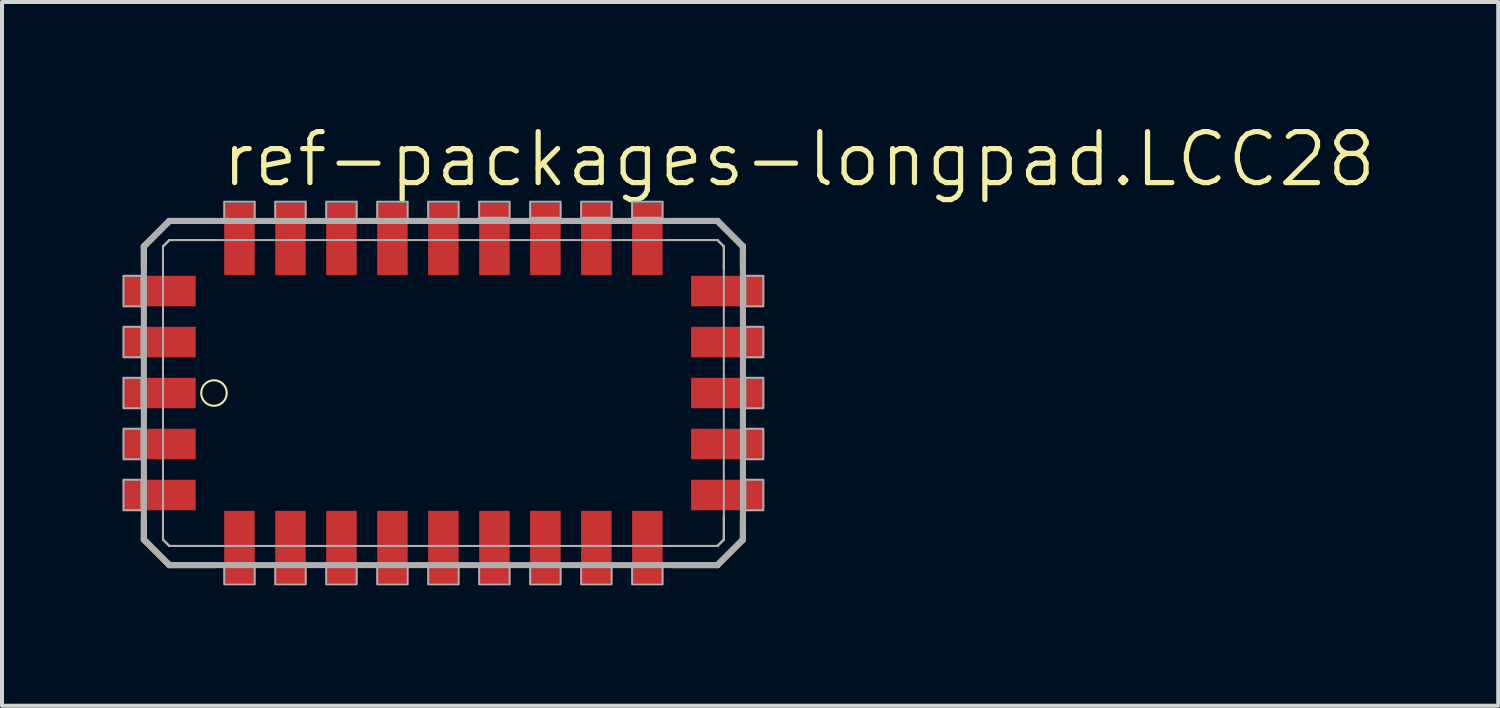
<source format=kicad_pcb>
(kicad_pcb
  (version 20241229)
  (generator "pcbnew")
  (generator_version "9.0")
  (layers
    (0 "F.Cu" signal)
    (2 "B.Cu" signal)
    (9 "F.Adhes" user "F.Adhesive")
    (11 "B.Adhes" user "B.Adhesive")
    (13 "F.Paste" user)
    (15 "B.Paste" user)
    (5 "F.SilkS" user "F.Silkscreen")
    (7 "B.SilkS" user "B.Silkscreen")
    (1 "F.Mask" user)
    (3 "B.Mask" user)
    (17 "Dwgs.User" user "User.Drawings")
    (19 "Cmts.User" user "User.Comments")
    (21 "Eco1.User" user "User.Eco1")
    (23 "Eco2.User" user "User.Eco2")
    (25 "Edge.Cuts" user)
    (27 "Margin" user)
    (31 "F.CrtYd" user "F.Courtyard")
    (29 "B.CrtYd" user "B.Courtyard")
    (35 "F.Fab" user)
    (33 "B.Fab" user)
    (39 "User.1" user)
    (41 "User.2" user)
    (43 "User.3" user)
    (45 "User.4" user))
  (footprint "ref-packages-longpad.LCC28"
    (layer "F.Cu")
    (at 7.995 7.375)
    (property "Reference" "ref-packages-longpad.LCC28" (at -5.588 -5.715 0) (layer "F.SilkS") (effects (font (size 1.27 1.27) (thickness 0.13)) (justify left bottom)))
    (attr smd)
    (fp_line (start -7.461 -4.286) (end -7.461 -3.776) (stroke (width 0.152) (type default)) (layer "F.SilkS"))
    (fp_line (start -7.461 2.506) (end -7.461 3.016) (stroke (width 0.152) (type default)) (layer "F.SilkS"))
    (fp_line (start -7.461 3.016) (end -6.826 3.651) (stroke (width 0.152) (type default)) (layer "F.SilkS"))
    (fp_line (start -6.985 -4.286) (end -6.826 -4.445) (stroke (width 0.051) (type default)) (layer "F.SilkS"))
    (fp_line (start -6.985 -3.722) (end -6.985 -4.286) (stroke (width 0.051) (type default)) (layer "F.SilkS"))
    (fp_line (start -6.985 3.016) (end -6.985 2.452) (stroke (width 0.051) (type default)) (layer "F.SilkS"))
    (fp_line (start -6.826 -4.921) (end -7.461 -4.286) (stroke (width 0.152) (type default)) (layer "F.SilkS"))
    (fp_line (start -6.826 -4.445) (end -5.627 -4.445) (stroke (width 0.051) (type default)) (layer "F.SilkS"))
    (fp_line (start -6.826 3.175) (end -6.985 3.016) (stroke (width 0.051) (type default)) (layer "F.SilkS"))
    (fp_line (start -6.826 3.651) (end -5.681 3.651) (stroke (width 0.152) (type default)) (layer "F.SilkS"))
    (fp_line (start -5.681 -4.921) (end -6.826 -4.921) (stroke (width 0.152) (type default)) (layer "F.SilkS"))
    (fp_line (start -5.631 3.175) (end -6.826 3.175) (stroke (width 0.051) (type default)) (layer "F.SilkS"))
    (fp_line (start 5.627 -4.445) (end 6.826 -4.445) (stroke (width 0.051) (type default)) (layer "F.SilkS"))
    (fp_line (start 5.681 3.651) (end 6.826 3.651) (stroke (width 0.152) (type default)) (layer "F.SilkS"))
    (fp_line (start 6.826 -4.921) (end 5.681 -4.921) (stroke (width 0.152) (type default)) (layer "F.SilkS"))
    (fp_line (start 6.826 -4.445) (end 6.985 -4.286) (stroke (width 0.051) (type default)) (layer "F.SilkS"))
    (fp_line (start 6.826 3.175) (end 5.627 3.175) (stroke (width 0.051) (type default)) (layer "F.SilkS"))
    (fp_line (start 6.826 3.651) (end 7.461 3.016) (stroke (width 0.152) (type default)) (layer "F.SilkS"))
    (fp_line (start 6.985 -4.286) (end 6.985 -3.722) (stroke (width 0.051) (type default)) (layer "F.SilkS"))
    (fp_line (start 6.985 2.452) (end 6.985 3.016) (stroke (width 0.051) (type default)) (layer "F.SilkS"))
    (fp_line (start 6.985 3.016) (end 6.826 3.175) (stroke (width 0.051) (type default)) (layer "F.SilkS"))
    (fp_line (start 7.461 -4.286) (end 6.826 -4.921) (stroke (width 0.152) (type default)) (layer "F.SilkS"))
    (fp_line (start 7.461 -3.776) (end 7.461 -4.286) (stroke (width 0.152) (type default)) (layer "F.SilkS"))
    (fp_line (start 7.461 3.016) (end 7.461 2.506) (stroke (width 0.152) (type default)) (layer "F.SilkS"))
    (fp_circle (center -5.715 -0.635) (end -5.397 -0.635) (stroke (width 0.051) (type default)) (fill no) (layer "F.SilkS"))
    (fp_line (start -7.461 -4.286) (end -7.461 3.016) (stroke (width 0.152) (type default)) (layer "F.Fab"))
    (fp_line (start -7.461 3.016) (end -6.826 3.651) (stroke (width 0.152) (type default)) (layer "F.Fab"))
    (fp_line (start -6.985 -4.286) (end -6.826 -4.445) (stroke (width 0.051) (type default)) (layer "F.Fab"))
    (fp_line (start -6.985 3.016) (end -6.985 -4.286) (stroke (width 0.051) (type default)) (layer "F.Fab"))
    (fp_line (start -6.826 -4.921) (end -7.461 -4.286) (stroke (width 0.152) (type default)) (layer "F.Fab"))
    (fp_line (start -6.826 -4.445) (end 6.826 -4.445) (stroke (width 0.051) (type default)) (layer "F.Fab"))
    (fp_line (start -6.826 3.175) (end -6.985 3.016) (stroke (width 0.051) (type default)) (layer "F.Fab"))
    (fp_line (start -6.826 3.651) (end 6.826 3.651) (stroke (width 0.152) (type default)) (layer "F.Fab"))
    (fp_line (start 0.95 -4.95) (end 1.59 -4.95) (stroke (width 0.152) (type default)) (layer "F.Fab"))
    (fp_line (start 2.22 -4.95) (end 2.86 -4.95) (stroke (width 0.152) (type default)) (layer "F.Fab"))
    (fp_line (start 3.49 -4.95) (end 4.13 -4.95) (stroke (width 0.152) (type default)) (layer "F.Fab"))
    (fp_line (start 4.76 -4.95) (end 5.4 -4.95) (stroke (width 0.152) (type default)) (layer "F.Fab"))
    (fp_line (start 6.826 -4.921) (end -6.826 -4.921) (stroke (width 0.152) (type default)) (layer "F.Fab"))
    (fp_line (start 6.826 -4.445) (end 6.985 -4.286) (stroke (width 0.051) (type default)) (layer "F.Fab"))
    (fp_line (start 6.826 3.175) (end -6.826 3.175) (stroke (width 0.051) (type default)) (layer "F.Fab"))
    (fp_line (start 6.826 3.651) (end 7.461 3.016) (stroke (width 0.152) (type default)) (layer "F.Fab"))
    (fp_line (start 6.985 -4.286) (end 6.985 3.016) (stroke (width 0.051) (type default)) (layer "F.Fab"))
    (fp_line (start 6.985 3.016) (end 6.826 3.175) (stroke (width 0.051) (type default)) (layer "F.Fab"))
    (fp_line (start 7.461 -4.286) (end 6.826 -4.921) (stroke (width 0.152) (type default)) (layer "F.Fab"))
    (fp_line (start 7.461 3.016) (end 7.461 -4.286) (stroke (width 0.152) (type default)) (layer "F.Fab"))
    (fp_rect (start -7.97 -2.795) (end -7.52 -3.555) (stroke (width 0.05) (type default)) (fill no) (layer "F.Fab"))
    (fp_rect (start -7.97 -1.525) (end -7.52 -2.285) (stroke (width 0.05) (type default)) (fill no) (layer "F.Fab"))
    (fp_rect (start -7.97 -0.255) (end -7.52 -1.015) (stroke (width 0.05) (type default)) (fill no) (layer "F.Fab"))
    (fp_rect (start -7.97 1.015) (end -7.52 0.255) (stroke (width 0.05) (type default)) (fill no) (layer "F.Fab"))
    (fp_rect (start -7.97 2.285) (end -7.52 1.525) (stroke (width 0.05) (type default)) (fill no) (layer "F.Fab"))
    (fp_rect (start -5.46 -4.95) (end -4.7 -5.4) (stroke (width 0.05) (type default)) (fill no) (layer "F.Fab"))
    (fp_rect (start -5.46 4.13) (end -4.7 3.68) (stroke (width 0.05) (type default)) (fill no) (layer "F.Fab"))
    (fp_rect (start -4.19 -4.95) (end -3.43 -5.4) (stroke (width 0.05) (type default)) (fill no) (layer "F.Fab"))
    (fp_rect (start -4.19 4.13) (end -3.43 3.68) (stroke (width 0.05) (type default)) (fill no) (layer "F.Fab"))
    (fp_rect (start -2.92 -4.95) (end -2.16 -5.4) (stroke (width 0.05) (type default)) (fill no) (layer "F.Fab"))
    (fp_rect (start -2.92 4.13) (end -2.16 3.68) (stroke (width 0.05) (type default)) (fill no) (layer "F.Fab"))
    (fp_rect (start -1.65 -4.95) (end -0.89 -5.4) (stroke (width 0.05) (type default)) (fill no) (layer "F.Fab"))
    (fp_rect (start -1.65 4.13) (end -0.89 3.68) (stroke (width 0.05) (type default)) (fill no) (layer "F.Fab"))
    (fp_rect (start -0.38 -4.95) (end 0.38 -5.4) (stroke (width 0.05) (type default)) (fill no) (layer "F.Fab"))
    (fp_rect (start -0.38 4.13) (end 0.38 3.68) (stroke (width 0.05) (type default)) (fill no) (layer "F.Fab"))
    (fp_rect (start 0.89 -4.95) (end 1.65 -5.4) (stroke (width 0.05) (type default)) (fill no) (layer "F.Fab"))
    (fp_rect (start 0.89 4.13) (end 1.65 3.68) (stroke (width 0.05) (type default)) (fill no) (layer "F.Fab"))
    (fp_rect (start 2.16 -4.95) (end 2.92 -5.4) (stroke (width 0.05) (type default)) (fill no) (layer "F.Fab"))
    (fp_rect (start 2.16 4.13) (end 2.92 3.68) (stroke (width 0.05) (type default)) (fill no) (layer "F.Fab"))
    (fp_rect (start 3.43 -4.95) (end 4.19 -5.4) (stroke (width 0.05) (type default)) (fill no) (layer "F.Fab"))
    (fp_rect (start 3.43 4.13) (end 4.19 3.68) (stroke (width 0.05) (type default)) (fill no) (layer "F.Fab"))
    (fp_rect (start 4.7 -4.95) (end 5.46 -5.4) (stroke (width 0.05) (type default)) (fill no) (layer "F.Fab"))
    (fp_rect (start 4.7 4.13) (end 5.46 3.68) (stroke (width 0.05) (type default)) (fill no) (layer "F.Fab"))
    (fp_rect (start 7.52 -2.795) (end 7.97 -3.555) (stroke (width 0.05) (type default)) (fill no) (layer "F.Fab"))
    (fp_rect (start 7.52 -1.525) (end 7.97 -2.285) (stroke (width 0.05) (type default)) (fill no) (layer "F.Fab"))
    (fp_rect (start 7.52 -0.255) (end 7.97 -1.015) (stroke (width 0.05) (type default)) (fill no) (layer "F.Fab"))
    (fp_rect (start 7.52 1.015) (end 7.97 0.255) (stroke (width 0.05) (type default)) (fill no) (layer "F.Fab"))
    (fp_rect (start 7.52 2.285) (end 7.97 1.525) (stroke (width 0.05) (type default)) (fill no) (layer "F.Fab"))
    (pad "1" smd roundrect (at -7.07 -0.635) (size 1.8 0.76) (layers "F.Cu" "F.Mask" "F.Paste") (roundrect_rratio 0.01))
    (pad "2" smd roundrect (at -7.07 0.635) (size 1.8 0.76) (layers "F.Cu" "F.Mask" "F.Paste") (roundrect_rratio 0.01))
    (pad "3" smd roundrect (at -7.07 1.905) (size 1.8 0.76) (layers "F.Cu" "F.Mask" "F.Paste") (roundrect_rratio 0.01))
    (pad "4" smd roundrect (at -5.08 3.2) (size 0.76 1.8) (layers "F.Cu" "F.Mask" "F.Paste") (roundrect_rratio 0.01))
    (pad "5" smd roundrect (at -3.81 3.2) (size 0.76 1.8) (layers "F.Cu" "F.Mask" "F.Paste") (roundrect_rratio 0.01))
    (pad "6" smd roundrect (at -2.54 3.2) (size 0.76 1.8) (layers "F.Cu" "F.Mask" "F.Paste") (roundrect_rratio 0.01))
    (pad "7" smd roundrect (at -1.27 3.2) (size 0.76 1.8) (layers "F.Cu" "F.Mask" "F.Paste") (roundrect_rratio 0.01))
    (pad "8" smd roundrect (at 0 3.2) (size 0.76 1.8) (layers "F.Cu" "F.Mask" "F.Paste") (roundrect_rratio 0.01))
    (pad "9" smd roundrect (at 1.27 3.2) (size 0.76 1.8) (layers "F.Cu" "F.Mask" "F.Paste") (roundrect_rratio 0.01))
    (pad "10" smd roundrect (at 2.54 3.2) (size 0.76 1.8) (layers "F.Cu" "F.Mask" "F.Paste") (roundrect_rratio 0.01))
    (pad "11" smd roundrect (at 3.81 3.2) (size 0.76 1.8) (layers "F.Cu" "F.Mask" "F.Paste") (roundrect_rratio 0.01))
    (pad "12" smd roundrect (at 5.08 3.2) (size 0.76 1.8) (layers "F.Cu" "F.Mask" "F.Paste") (roundrect_rratio 0.01))
    (pad "13" smd roundrect (at 7.07 1.905) (size 1.8 0.76) (layers "F.Cu" "F.Mask" "F.Paste") (roundrect_rratio 0.01))
    (pad "14" smd roundrect (at 7.07 0.635) (size 1.8 0.76) (layers "F.Cu" "F.Mask" "F.Paste") (roundrect_rratio 0.01))
    (pad "15" smd roundrect (at 7.07 -0.635) (size 1.8 0.76) (layers "F.Cu" "F.Mask" "F.Paste") (roundrect_rratio 0.01))
    (pad "16" smd roundrect (at 7.07 -1.905) (size 1.8 0.76) (layers "F.Cu" "F.Mask" "F.Paste") (roundrect_rratio 0.01))
    (pad "17" smd roundrect (at 7.07 -3.175) (size 1.8 0.76) (layers "F.Cu" "F.Mask" "F.Paste") (roundrect_rratio 0.01))
    (pad "18" smd roundrect (at 5.08 -4.47) (size 0.76 1.8) (layers "F.Cu" "F.Mask" "F.Paste") (roundrect_rratio 0.01))
    (pad "19" smd roundrect (at 3.81 -4.47) (size 0.76 1.8) (layers "F.Cu" "F.Mask" "F.Paste") (roundrect_rratio 0.01))
    (pad "20" smd roundrect (at 2.54 -4.47) (size 0.76 1.8) (layers "F.Cu" "F.Mask" "F.Paste") (roundrect_rratio 0.01))
    (pad "21" smd roundrect (at 1.27 -4.47) (size 0.76 1.8) (layers "F.Cu" "F.Mask" "F.Paste") (roundrect_rratio 0.01))
    (pad "22" smd roundrect (at 0 -4.47) (size 0.76 1.8) (layers "F.Cu" "F.Mask" "F.Paste") (roundrect_rratio 0.01))
    (pad "23" smd roundrect (at -1.27 -4.47) (size 0.76 1.8) (layers "F.Cu" "F.Mask" "F.Paste") (roundrect_rratio 0.01))
    (pad "24" smd roundrect (at -2.54 -4.47) (size 0.76 1.8) (layers "F.Cu" "F.Mask" "F.Paste") (roundrect_rratio 0.01))
    (pad "25" smd roundrect (at -3.81 -4.47) (size 0.76 1.8) (layers "F.Cu" "F.Mask" "F.Paste") (roundrect_rratio 0.01))
    (pad "26" smd roundrect (at -5.08 -4.47) (size 0.76 1.8) (layers "F.Cu" "F.Mask" "F.Paste") (roundrect_rratio 0.01))
    (pad "27" smd roundrect (at -7.07 -3.175) (size 1.8 0.76) (layers "F.Cu" "F.Mask" "F.Paste") (roundrect_rratio 0.01))
    (pad "28" smd roundrect (at -7.07 -1.905) (size 1.8 0.76) (layers "F.Cu" "F.Mask" "F.Paste") (roundrect_rratio 0.01)))
  (gr_rect
    (start -3 -3)
    (end 34.269 14.53)
    (stroke (width 0.1) (type default))
    (fill no)
    (layer "Edge.Cuts")))
</source>
